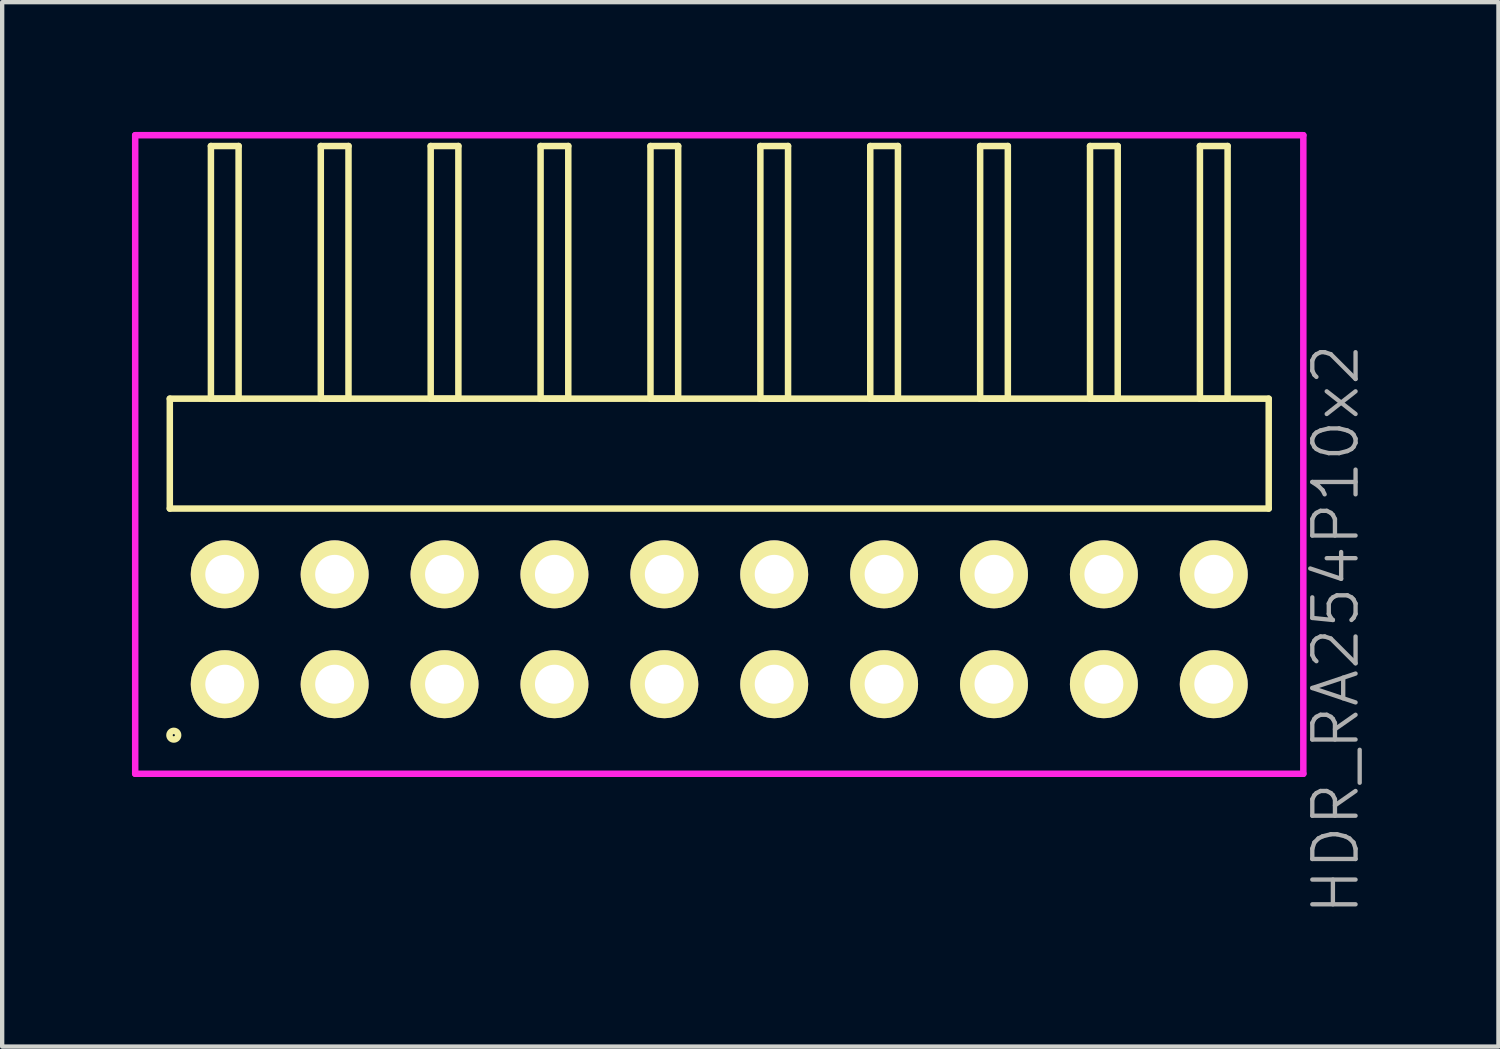
<source format=kicad_pcb>
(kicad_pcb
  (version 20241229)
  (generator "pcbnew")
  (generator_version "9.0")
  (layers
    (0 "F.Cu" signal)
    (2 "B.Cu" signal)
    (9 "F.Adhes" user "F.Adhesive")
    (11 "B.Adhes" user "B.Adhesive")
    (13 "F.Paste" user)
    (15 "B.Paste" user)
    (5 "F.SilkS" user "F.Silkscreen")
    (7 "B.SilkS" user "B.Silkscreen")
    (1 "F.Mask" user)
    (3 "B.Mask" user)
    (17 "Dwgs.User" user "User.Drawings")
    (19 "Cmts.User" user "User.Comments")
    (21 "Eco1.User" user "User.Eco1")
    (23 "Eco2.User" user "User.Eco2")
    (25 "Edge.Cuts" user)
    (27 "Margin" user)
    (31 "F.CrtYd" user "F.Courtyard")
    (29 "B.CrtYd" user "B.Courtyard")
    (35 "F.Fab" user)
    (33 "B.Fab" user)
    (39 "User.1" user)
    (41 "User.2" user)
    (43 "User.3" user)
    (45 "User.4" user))
  (footprint "HDR_RA254P10x2"
    (layer "F.Cu")
    (at 13.575 11.495)
    (property "Reference" "HDR_RA254P10x2" (at 14.25 0 90) (layer "F.Fab") (effects (font (size 1 1) (thickness 0.1))))
    (attr through_hole)
    (fp_line (start -12.7 -5.33) (end -12.7 -2.79) (stroke (width 0.15) (type solid)) (layer "F.SilkS"))
    (fp_line (start -12.7 -2.79) (end 12.7 -2.79) (stroke (width 0.15) (type solid)) (layer "F.SilkS"))
    (fp_line (start -11.75 -11.17) (end -11.75 -5.33) (stroke (width 0.15) (type solid)) (layer "F.SilkS"))
    (fp_line (start -11.75 -5.33) (end -11.11 -5.33) (stroke (width 0.15) (type solid)) (layer "F.SilkS"))
    (fp_line (start -11.11 -11.17) (end -11.75 -11.17) (stroke (width 0.15) (type solid)) (layer "F.SilkS"))
    (fp_line (start -11.11 -5.33) (end -11.11 -11.17) (stroke (width 0.15) (type solid)) (layer "F.SilkS"))
    (fp_line (start -9.21 -11.17) (end -9.21 -5.33) (stroke (width 0.15) (type solid)) (layer "F.SilkS"))
    (fp_line (start -9.21 -5.33) (end -8.57 -5.33) (stroke (width 0.15) (type solid)) (layer "F.SilkS"))
    (fp_line (start -8.57 -11.17) (end -9.21 -11.17) (stroke (width 0.15) (type solid)) (layer "F.SilkS"))
    (fp_line (start -8.57 -5.33) (end -8.57 -11.17) (stroke (width 0.15) (type solid)) (layer "F.SilkS"))
    (fp_line (start -6.67 -11.17) (end -6.67 -5.33) (stroke (width 0.15) (type solid)) (layer "F.SilkS"))
    (fp_line (start -6.67 -5.33) (end -6.03 -5.33) (stroke (width 0.15) (type solid)) (layer "F.SilkS"))
    (fp_line (start -6.03 -11.17) (end -6.67 -11.17) (stroke (width 0.15) (type solid)) (layer "F.SilkS"))
    (fp_line (start -6.03 -5.33) (end -6.03 -11.17) (stroke (width 0.15) (type solid)) (layer "F.SilkS"))
    (fp_line (start -4.13 -11.17) (end -4.13 -5.33) (stroke (width 0.15) (type solid)) (layer "F.SilkS"))
    (fp_line (start -4.13 -5.33) (end -3.49 -5.33) (stroke (width 0.15) (type solid)) (layer "F.SilkS"))
    (fp_line (start -3.49 -11.17) (end -4.13 -11.17) (stroke (width 0.15) (type solid)) (layer "F.SilkS"))
    (fp_line (start -3.49 -5.33) (end -3.49 -11.17) (stroke (width 0.15) (type solid)) (layer "F.SilkS"))
    (fp_line (start -1.59 -11.17) (end -1.59 -5.33) (stroke (width 0.15) (type solid)) (layer "F.SilkS"))
    (fp_line (start -1.59 -5.33) (end -0.95 -5.33) (stroke (width 0.15) (type solid)) (layer "F.SilkS"))
    (fp_line (start -0.95 -11.17) (end -1.59 -11.17) (stroke (width 0.15) (type solid)) (layer "F.SilkS"))
    (fp_line (start -0.95 -5.33) (end -0.95 -11.17) (stroke (width 0.15) (type solid)) (layer "F.SilkS"))
    (fp_line (start 0.95 -11.17) (end 0.95 -5.33) (stroke (width 0.15) (type solid)) (layer "F.SilkS"))
    (fp_line (start 0.95 -5.33) (end 1.59 -5.33) (stroke (width 0.15) (type solid)) (layer "F.SilkS"))
    (fp_line (start 1.59 -11.17) (end 0.95 -11.17) (stroke (width 0.15) (type solid)) (layer "F.SilkS"))
    (fp_line (start 1.59 -5.33) (end 1.59 -11.17) (stroke (width 0.15) (type solid)) (layer "F.SilkS"))
    (fp_line (start 3.49 -11.17) (end 3.49 -5.33) (stroke (width 0.15) (type solid)) (layer "F.SilkS"))
    (fp_line (start 3.49 -5.33) (end 4.13 -5.33) (stroke (width 0.15) (type solid)) (layer "F.SilkS"))
    (fp_line (start 4.13 -11.17) (end 3.49 -11.17) (stroke (width 0.15) (type solid)) (layer "F.SilkS"))
    (fp_line (start 4.13 -5.33) (end 4.13 -11.17) (stroke (width 0.15) (type solid)) (layer "F.SilkS"))
    (fp_line (start 6.03 -11.17) (end 6.03 -5.33) (stroke (width 0.15) (type solid)) (layer "F.SilkS"))
    (fp_line (start 6.03 -5.33) (end 6.67 -5.33) (stroke (width 0.15) (type solid)) (layer "F.SilkS"))
    (fp_line (start 6.67 -11.17) (end 6.03 -11.17) (stroke (width 0.15) (type solid)) (layer "F.SilkS"))
    (fp_line (start 6.67 -5.33) (end 6.67 -11.17) (stroke (width 0.15) (type solid)) (layer "F.SilkS"))
    (fp_line (start 8.57 -11.17) (end 8.57 -5.33) (stroke (width 0.15) (type solid)) (layer "F.SilkS"))
    (fp_line (start 8.57 -5.33) (end 9.21 -5.33) (stroke (width 0.15) (type solid)) (layer "F.SilkS"))
    (fp_line (start 9.21 -11.17) (end 8.57 -11.17) (stroke (width 0.15) (type solid)) (layer "F.SilkS"))
    (fp_line (start 9.21 -5.33) (end 9.21 -11.17) (stroke (width 0.15) (type solid)) (layer "F.SilkS"))
    (fp_line (start 11.11 -11.17) (end 11.11 -5.33) (stroke (width 0.15) (type solid)) (layer "F.SilkS"))
    (fp_line (start 11.11 -5.33) (end 11.75 -5.33) (stroke (width 0.15) (type solid)) (layer "F.SilkS"))
    (fp_line (start 11.75 -11.17) (end 11.11 -11.17) (stroke (width 0.15) (type solid)) (layer "F.SilkS"))
    (fp_line (start 11.75 -5.33) (end 11.75 -11.17) (stroke (width 0.15) (type solid)) (layer "F.SilkS"))
    (fp_line (start 12.7 -5.33) (end -12.7 -5.33) (stroke (width 0.15) (type solid)) (layer "F.SilkS"))
    (fp_line (start 12.7 -2.79) (end 12.7 -5.33) (stroke (width 0.15) (type solid)) (layer "F.SilkS"))
    (fp_circle (center -12.608 2.448) (end -12.508 2.448) (stroke (width 0.15) (type solid)) (fill no) (layer "F.SilkS"))
    (fp_line (start -13.5 -11.42) (end -13.5 3.34) (stroke (width 0.15) (type solid)) (layer "F.CrtYd"))
    (fp_line (start -13.5 3.34) (end 13.5 3.34) (stroke (width 0.15) (type solid)) (layer "F.CrtYd"))
    (fp_line (start 13.5 -11.42) (end -13.5 -11.42) (stroke (width 0.15) (type solid)) (layer "F.CrtYd"))
    (fp_line (start 13.5 3.34) (end 13.5 -11.42) (stroke (width 0.15) (type solid)) (layer "F.CrtYd"))
    (pad "1" thru_hole oval (at -11.43 1.27) (size 1.57 1.57) (drill 0.9) (layers "*.Cu" "*.Mask" "F.SilkS"))
    (pad "2" thru_hole oval (at -11.43 -1.27) (size 1.57 1.57) (drill 0.9) (layers "*.Cu" "*.Mask" "F.SilkS"))
    (pad "3" thru_hole oval (at -8.89 1.27) (size 1.57 1.57) (drill 0.9) (layers "*.Cu" "*.Mask" "F.SilkS"))
    (pad "4" thru_hole oval (at -8.89 -1.27) (size 1.57 1.57) (drill 0.9) (layers "*.Cu" "*.Mask" "F.SilkS"))
    (pad "5" thru_hole oval (at -6.35 1.27) (size 1.57 1.57) (drill 0.9) (layers "*.Cu" "*.Mask" "F.SilkS"))
    (pad "6" thru_hole oval (at -6.35 -1.27) (size 1.57 1.57) (drill 0.9) (layers "*.Cu" "*.Mask" "F.SilkS"))
    (pad "7" thru_hole oval (at -3.81 1.27) (size 1.57 1.57) (drill 0.9) (layers "*.Cu" "*.Mask" "F.SilkS"))
    (pad "8" thru_hole oval (at -3.81 -1.27) (size 1.57 1.57) (drill 0.9) (layers "*.Cu" "*.Mask" "F.SilkS"))
    (pad "9" thru_hole oval (at -1.27 1.27) (size 1.57 1.57) (drill 0.9) (layers "*.Cu" "*.Mask" "F.SilkS"))
    (pad "10" thru_hole oval (at -1.27 -1.27) (size 1.57 1.57) (drill 0.9) (layers "*.Cu" "*.Mask" "F.SilkS"))
    (pad "11" thru_hole oval (at 1.27 1.27) (size 1.57 1.57) (drill 0.9) (layers "*.Cu" "*.Mask" "F.SilkS"))
    (pad "12" thru_hole oval (at 1.27 -1.27) (size 1.57 1.57) (drill 0.9) (layers "*.Cu" "*.Mask" "F.SilkS"))
    (pad "13" thru_hole oval (at 3.81 1.27) (size 1.57 1.57) (drill 0.9) (layers "*.Cu" "*.Mask" "F.SilkS"))
    (pad "14" thru_hole oval (at 3.81 -1.27) (size 1.57 1.57) (drill 0.9) (layers "*.Cu" "*.Mask" "F.SilkS"))
    (pad "15" thru_hole oval (at 6.35 1.27) (size 1.57 1.57) (drill 0.9) (layers "*.Cu" "*.Mask" "F.SilkS"))
    (pad "16" thru_hole oval (at 6.35 -1.27) (size 1.57 1.57) (drill 0.9) (layers "*.Cu" "*.Mask" "F.SilkS"))
    (pad "17" thru_hole oval (at 8.89 1.27) (size 1.57 1.57) (drill 0.9) (layers "*.Cu" "*.Mask" "F.SilkS"))
    (pad "18" thru_hole oval (at 8.89 -1.27) (size 1.57 1.57) (drill 0.9) (layers "*.Cu" "*.Mask" "F.SilkS"))
    (pad "19" thru_hole oval (at 11.43 1.27) (size 1.57 1.57) (drill 0.9) (layers "*.Cu" "*.Mask" "F.SilkS"))
    (pad "20" thru_hole oval (at 11.43 -1.27) (size 1.57 1.57) (drill 0.9) (layers "*.Cu" "*.Mask" "F.SilkS")))
  (gr_rect
    (start -3 -3)
    (end 31.585 21.14)
    (stroke (width 0.1) (type default))
    (fill no)
    (layer "Edge.Cuts")))
</source>
